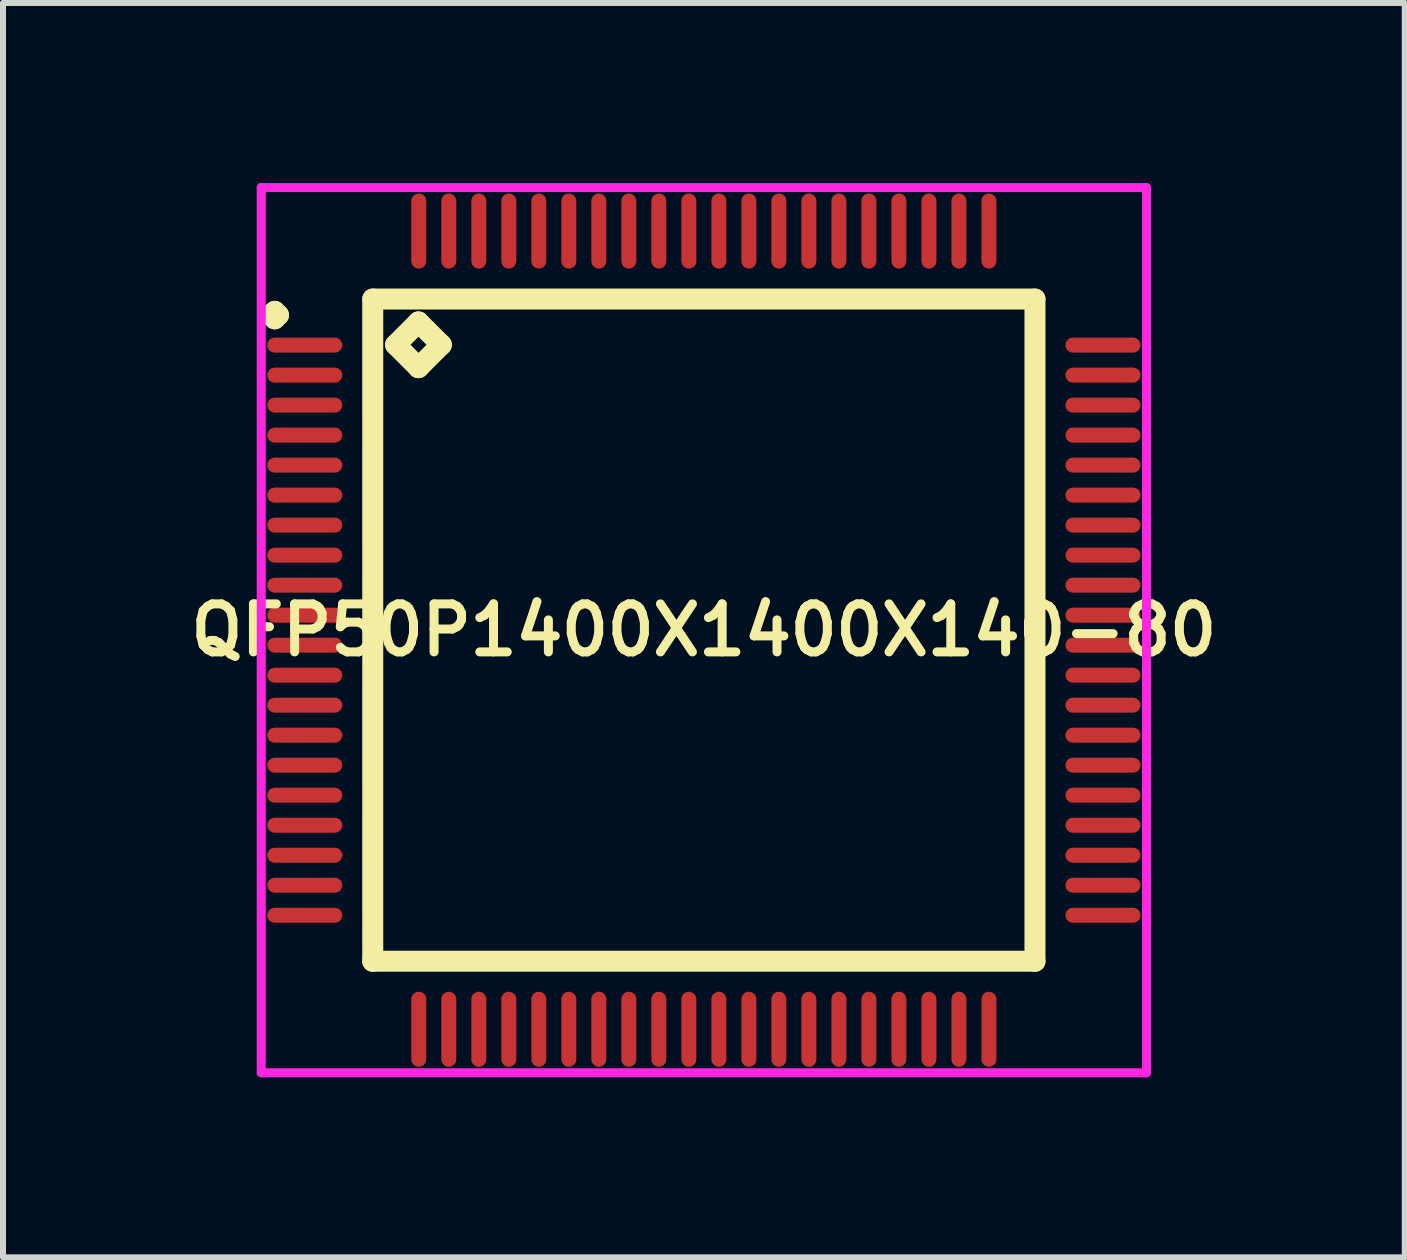
<source format=kicad_pcb>
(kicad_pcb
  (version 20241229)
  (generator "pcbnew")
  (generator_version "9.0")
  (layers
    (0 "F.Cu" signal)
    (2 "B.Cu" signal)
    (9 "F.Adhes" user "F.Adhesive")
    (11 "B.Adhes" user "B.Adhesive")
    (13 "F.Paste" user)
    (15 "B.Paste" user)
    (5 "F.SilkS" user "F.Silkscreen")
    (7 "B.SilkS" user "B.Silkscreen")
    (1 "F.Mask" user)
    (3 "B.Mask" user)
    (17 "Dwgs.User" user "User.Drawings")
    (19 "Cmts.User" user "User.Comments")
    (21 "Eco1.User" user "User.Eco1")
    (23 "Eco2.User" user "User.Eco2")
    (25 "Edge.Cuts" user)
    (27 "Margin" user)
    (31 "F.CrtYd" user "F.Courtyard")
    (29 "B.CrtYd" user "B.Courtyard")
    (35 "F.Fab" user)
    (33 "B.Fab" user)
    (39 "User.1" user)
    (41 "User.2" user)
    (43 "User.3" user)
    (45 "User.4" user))
  (footprint "QFP50P1400X1400X140-80"
    (layer "F.Cu")
    (at 8.678 7.45)
    (property "Reference" "QFP50P1400X1400X140-80" (at 0 0 0) (layer "F.SilkS") (effects (font (size 0.8 0.8) (thickness 0.15))))
    (attr smd)
    (fp_line (start -7.213 -5.25) (end -7.15 -5.312) (stroke (width 0.35) (type solid)) (layer "F.SilkS"))
    (fp_line (start -7.15 -5.312) (end -7.088 -5.25) (stroke (width 0.35) (type solid)) (layer "F.SilkS"))
    (fp_line (start -7.15 -5.188) (end -7.213 -5.25) (stroke (width 0.35) (type solid)) (layer "F.SilkS"))
    (fp_line (start -7.088 -5.25) (end -7.15 -5.188) (stroke (width 0.35) (type solid)) (layer "F.SilkS"))
    (fp_line (start -5.517 -5.517) (end -5.517 5.517) (stroke (width 0.35) (type solid)) (layer "F.SilkS"))
    (fp_line (start -5.517 5.517) (end 5.517 5.517) (stroke (width 0.35) (type solid)) (layer "F.SilkS"))
    (fp_line (start -5.136 -4.755) (end -4.755 -5.136) (stroke (width 0.35) (type solid)) (layer "F.SilkS"))
    (fp_line (start -4.755 -5.136) (end -4.374 -4.755) (stroke (width 0.35) (type solid)) (layer "F.SilkS"))
    (fp_line (start -4.755 -4.374) (end -5.136 -4.755) (stroke (width 0.35) (type solid)) (layer "F.SilkS"))
    (fp_line (start -4.374 -4.755) (end -4.755 -4.374) (stroke (width 0.35) (type solid)) (layer "F.SilkS"))
    (fp_line (start 5.517 -5.517) (end -5.517 -5.517) (stroke (width 0.35) (type solid)) (layer "F.SilkS"))
    (fp_line (start 5.517 5.517) (end 5.517 -5.517) (stroke (width 0.35) (type solid)) (layer "F.SilkS"))
    (fp_line (start -7.375 -7.375) (end 7.375 -7.375) (stroke (width 0.15) (type solid)) (layer "F.CrtYd"))
    (fp_line (start -7.375 7.375) (end -7.375 -7.375) (stroke (width 0.15) (type solid)) (layer "F.CrtYd"))
    (fp_line (start 7.375 -7.375) (end 7.375 7.375) (stroke (width 0.15) (type solid)) (layer "F.CrtYd"))
    (fp_line (start 7.375 7.375) (end -7.375 7.375) (stroke (width 0.15) (type solid)) (layer "F.CrtYd"))
    (pad "1" smd oval (at -6.65 -4.75) (size 1.25 0.25) (layers "F.Cu" "F.Mask" "F.Paste"))
    (pad "2" smd oval (at -6.65 -4.25) (size 1.25 0.25) (layers "F.Cu" "F.Mask" "F.Paste"))
    (pad "3" smd oval (at -6.65 -3.75) (size 1.25 0.25) (layers "F.Cu" "F.Mask" "F.Paste"))
    (pad "4" smd oval (at -6.65 -3.25) (size 1.25 0.25) (layers "F.Cu" "F.Mask" "F.Paste"))
    (pad "5" smd oval (at -6.65 -2.75) (size 1.25 0.25) (layers "F.Cu" "F.Mask" "F.Paste"))
    (pad "6" smd oval (at -6.65 -2.25) (size 1.25 0.25) (layers "F.Cu" "F.Mask" "F.Paste"))
    (pad "7" smd oval (at -6.65 -1.75) (size 1.25 0.25) (layers "F.Cu" "F.Mask" "F.Paste"))
    (pad "8" smd oval (at -6.65 -1.25) (size 1.25 0.25) (layers "F.Cu" "F.Mask" "F.Paste"))
    (pad "9" smd oval (at -6.65 -0.75) (size 1.25 0.25) (layers "F.Cu" "F.Mask" "F.Paste"))
    (pad "10" smd oval (at -6.65 -0.25) (size 1.25 0.25) (layers "F.Cu" "F.Mask" "F.Paste"))
    (pad "11" smd oval (at -6.65 0.25) (size 1.25 0.25) (layers "F.Cu" "F.Mask" "F.Paste"))
    (pad "12" smd oval (at -6.65 0.75) (size 1.25 0.25) (layers "F.Cu" "F.Mask" "F.Paste"))
    (pad "13" smd oval (at -6.65 1.25) (size 1.25 0.25) (layers "F.Cu" "F.Mask" "F.Paste"))
    (pad "14" smd oval (at -6.65 1.75) (size 1.25 0.25) (layers "F.Cu" "F.Mask" "F.Paste"))
    (pad "15" smd oval (at -6.65 2.25) (size 1.25 0.25) (layers "F.Cu" "F.Mask" "F.Paste"))
    (pad "16" smd oval (at -6.65 2.75) (size 1.25 0.25) (layers "F.Cu" "F.Mask" "F.Paste"))
    (pad "17" smd oval (at -6.65 3.25) (size 1.25 0.25) (layers "F.Cu" "F.Mask" "F.Paste"))
    (pad "18" smd oval (at -6.65 3.75) (size 1.25 0.25) (layers "F.Cu" "F.Mask" "F.Paste"))
    (pad "19" smd oval (at -6.65 4.25) (size 1.25 0.25) (layers "F.Cu" "F.Mask" "F.Paste"))
    (pad "20" smd oval (at -6.65 4.75) (size 1.25 0.25) (layers "F.Cu" "F.Mask" "F.Paste"))
    (pad "21" smd oval (at -4.75 6.65) (size 0.25 1.25) (layers "F.Cu" "F.Mask" "F.Paste"))
    (pad "22" smd oval (at -4.25 6.65) (size 0.25 1.25) (layers "F.Cu" "F.Mask" "F.Paste"))
    (pad "23" smd oval (at -3.75 6.65) (size 0.25 1.25) (layers "F.Cu" "F.Mask" "F.Paste"))
    (pad "24" smd oval (at -3.25 6.65) (size 0.25 1.25) (layers "F.Cu" "F.Mask" "F.Paste"))
    (pad "25" smd oval (at -2.75 6.65) (size 0.25 1.25) (layers "F.Cu" "F.Mask" "F.Paste"))
    (pad "26" smd oval (at -2.25 6.65) (size 0.25 1.25) (layers "F.Cu" "F.Mask" "F.Paste"))
    (pad "27" smd oval (at -1.75 6.65) (size 0.25 1.25) (layers "F.Cu" "F.Mask" "F.Paste"))
    (pad "28" smd oval (at -1.25 6.65) (size 0.25 1.25) (layers "F.Cu" "F.Mask" "F.Paste"))
    (pad "29" smd oval (at -0.75 6.65) (size 0.25 1.25) (layers "F.Cu" "F.Mask" "F.Paste"))
    (pad "30" smd oval (at -0.25 6.65) (size 0.25 1.25) (layers "F.Cu" "F.Mask" "F.Paste"))
    (pad "31" smd oval (at 0.25 6.65) (size 0.25 1.25) (layers "F.Cu" "F.Mask" "F.Paste"))
    (pad "32" smd oval (at 0.75 6.65) (size 0.25 1.25) (layers "F.Cu" "F.Mask" "F.Paste"))
    (pad "33" smd oval (at 1.25 6.65) (size 0.25 1.25) (layers "F.Cu" "F.Mask" "F.Paste"))
    (pad "34" smd oval (at 1.75 6.65) (size 0.25 1.25) (layers "F.Cu" "F.Mask" "F.Paste"))
    (pad "35" smd oval (at 2.25 6.65) (size 0.25 1.25) (layers "F.Cu" "F.Mask" "F.Paste"))
    (pad "36" smd oval (at 2.75 6.65) (size 0.25 1.25) (layers "F.Cu" "F.Mask" "F.Paste"))
    (pad "37" smd oval (at 3.25 6.65) (size 0.25 1.25) (layers "F.Cu" "F.Mask" "F.Paste"))
    (pad "38" smd oval (at 3.75 6.65) (size 0.25 1.25) (layers "F.Cu" "F.Mask" "F.Paste"))
    (pad "39" smd oval (at 4.25 6.65) (size 0.25 1.25) (layers "F.Cu" "F.Mask" "F.Paste"))
    (pad "40" smd oval (at 4.75 6.65) (size 0.25 1.25) (layers "F.Cu" "F.Mask" "F.Paste"))
    (pad "41" smd oval (at 6.65 4.75) (size 1.25 0.25) (layers "F.Cu" "F.Mask" "F.Paste"))
    (pad "42" smd oval (at 6.65 4.25) (size 1.25 0.25) (layers "F.Cu" "F.Mask" "F.Paste"))
    (pad "43" smd oval (at 6.65 3.75) (size 1.25 0.25) (layers "F.Cu" "F.Mask" "F.Paste"))
    (pad "44" smd oval (at 6.65 3.25) (size 1.25 0.25) (layers "F.Cu" "F.Mask" "F.Paste"))
    (pad "45" smd oval (at 6.65 2.75) (size 1.25 0.25) (layers "F.Cu" "F.Mask" "F.Paste"))
    (pad "46" smd oval (at 6.65 2.25) (size 1.25 0.25) (layers "F.Cu" "F.Mask" "F.Paste"))
    (pad "47" smd oval (at 6.65 1.75) (size 1.25 0.25) (layers "F.Cu" "F.Mask" "F.Paste"))
    (pad "48" smd oval (at 6.65 1.25) (size 1.25 0.25) (layers "F.Cu" "F.Mask" "F.Paste"))
    (pad "49" smd oval (at 6.65 0.75) (size 1.25 0.25) (layers "F.Cu" "F.Mask" "F.Paste"))
    (pad "50" smd oval (at 6.65 0.25) (size 1.25 0.25) (layers "F.Cu" "F.Mask" "F.Paste"))
    (pad "51" smd oval (at 6.65 -0.25) (size 1.25 0.25) (layers "F.Cu" "F.Mask" "F.Paste"))
    (pad "52" smd oval (at 6.65 -0.75) (size 1.25 0.25) (layers "F.Cu" "F.Mask" "F.Paste"))
    (pad "53" smd oval (at 6.65 -1.25) (size 1.25 0.25) (layers "F.Cu" "F.Mask" "F.Paste"))
    (pad "54" smd oval (at 6.65 -1.75) (size 1.25 0.25) (layers "F.Cu" "F.Mask" "F.Paste"))
    (pad "55" smd oval (at 6.65 -2.25) (size 1.25 0.25) (layers "F.Cu" "F.Mask" "F.Paste"))
    (pad "56" smd oval (at 6.65 -2.75) (size 1.25 0.25) (layers "F.Cu" "F.Mask" "F.Paste"))
    (pad "57" smd oval (at 6.65 -3.25) (size 1.25 0.25) (layers "F.Cu" "F.Mask" "F.Paste"))
    (pad "58" smd oval (at 6.65 -3.75) (size 1.25 0.25) (layers "F.Cu" "F.Mask" "F.Paste"))
    (pad "59" smd oval (at 6.65 -4.25) (size 1.25 0.25) (layers "F.Cu" "F.Mask" "F.Paste"))
    (pad "60" smd oval (at 6.65 -4.75) (size 1.25 0.25) (layers "F.Cu" "F.Mask" "F.Paste"))
    (pad "61" smd oval (at 4.75 -6.65) (size 0.25 1.25) (layers "F.Cu" "F.Mask" "F.Paste"))
    (pad "62" smd oval (at 4.25 -6.65) (size 0.25 1.25) (layers "F.Cu" "F.Mask" "F.Paste"))
    (pad "63" smd oval (at 3.75 -6.65) (size 0.25 1.25) (layers "F.Cu" "F.Mask" "F.Paste"))
    (pad "64" smd oval (at 3.25 -6.65) (size 0.25 1.25) (layers "F.Cu" "F.Mask" "F.Paste"))
    (pad "65" smd oval (at 2.75 -6.65) (size 0.25 1.25) (layers "F.Cu" "F.Mask" "F.Paste"))
    (pad "66" smd oval (at 2.25 -6.65) (size 0.25 1.25) (layers "F.Cu" "F.Mask" "F.Paste"))
    (pad "67" smd oval (at 1.75 -6.65) (size 0.25 1.25) (layers "F.Cu" "F.Mask" "F.Paste"))
    (pad "68" smd oval (at 1.25 -6.65) (size 0.25 1.25) (layers "F.Cu" "F.Mask" "F.Paste"))
    (pad "69" smd oval (at 0.75 -6.65) (size 0.25 1.25) (layers "F.Cu" "F.Mask" "F.Paste"))
    (pad "70" smd oval (at 0.25 -6.65) (size 0.25 1.25) (layers "F.Cu" "F.Mask" "F.Paste"))
    (pad "71" smd oval (at -0.25 -6.65) (size 0.25 1.25) (layers "F.Cu" "F.Mask" "F.Paste"))
    (pad "72" smd oval (at -0.75 -6.65) (size 0.25 1.25) (layers "F.Cu" "F.Mask" "F.Paste"))
    (pad "73" smd oval (at -1.25 -6.65) (size 0.25 1.25) (layers "F.Cu" "F.Mask" "F.Paste"))
    (pad "74" smd oval (at -1.75 -6.65) (size 0.25 1.25) (layers "F.Cu" "F.Mask" "F.Paste"))
    (pad "75" smd oval (at -2.25 -6.65) (size 0.25 1.25) (layers "F.Cu" "F.Mask" "F.Paste"))
    (pad "76" smd oval (at -2.75 -6.65) (size 0.25 1.25) (layers "F.Cu" "F.Mask" "F.Paste"))
    (pad "77" smd oval (at -3.25 -6.65) (size 0.25 1.25) (layers "F.Cu" "F.Mask" "F.Paste"))
    (pad "78" smd oval (at -3.75 -6.65) (size 0.25 1.25) (layers "F.Cu" "F.Mask" "F.Paste"))
    (pad "79" smd oval (at -4.25 -6.65) (size 0.25 1.25) (layers "F.Cu" "F.Mask" "F.Paste"))
    (pad "80" smd oval (at -4.75 -6.65) (size 0.25 1.25) (layers "F.Cu" "F.Mask" "F.Paste")))
  (gr_rect
    (start -3 -3)
    (end 20.357 17.9)
    (stroke (width 0.1) (type default))
    (fill no)
    (layer "Edge.Cuts")))
</source>
